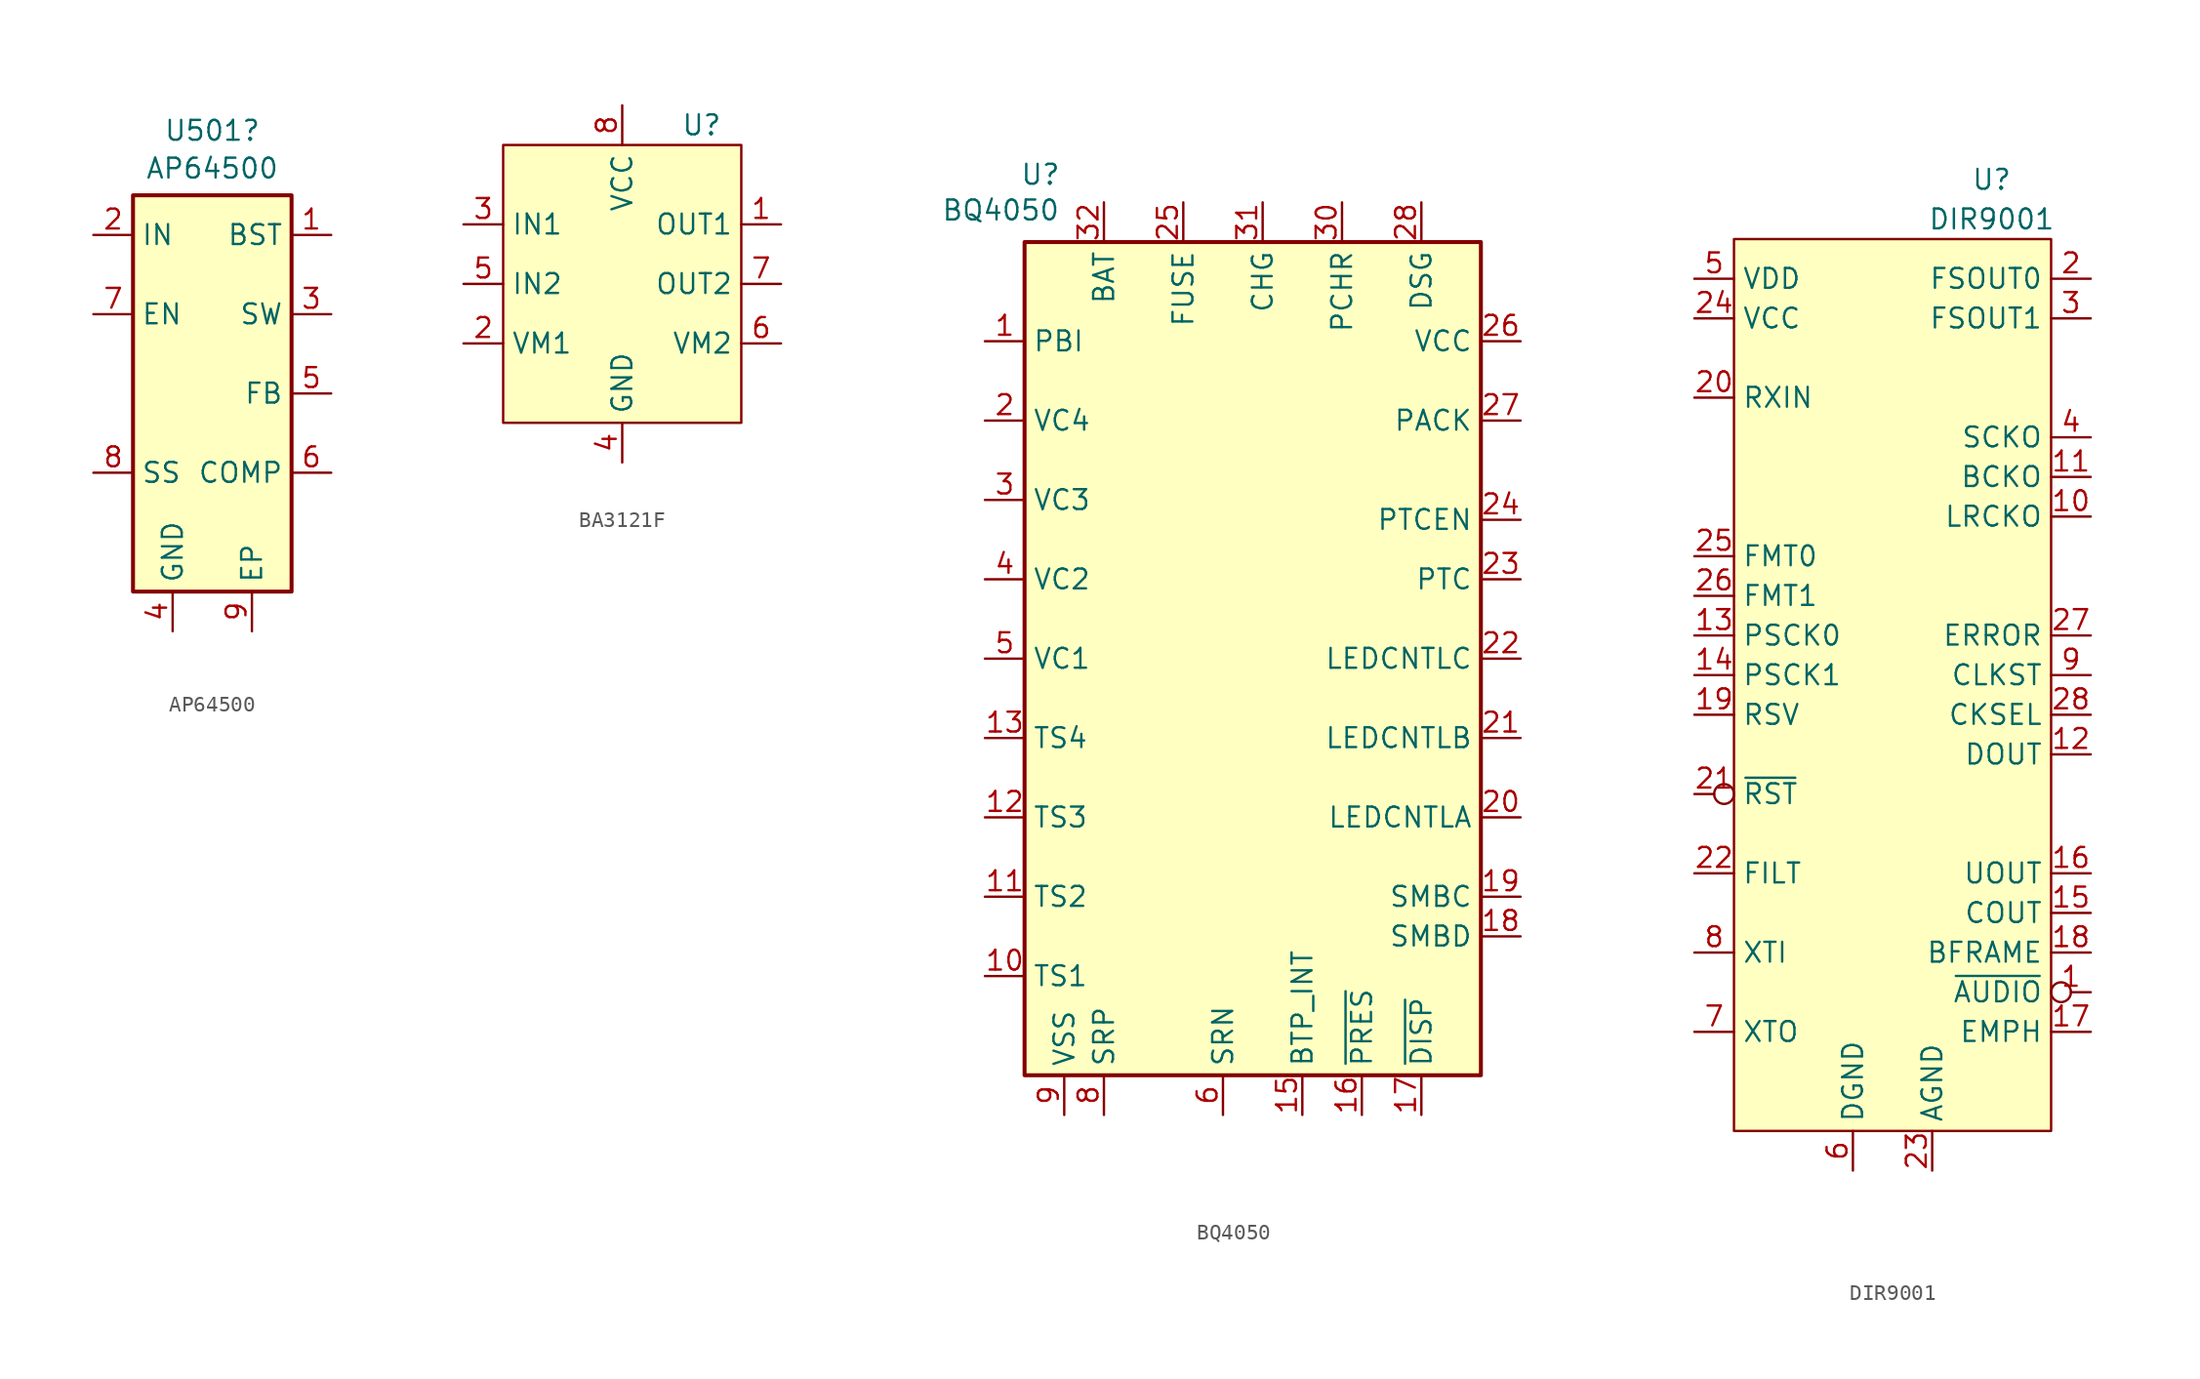
<source format=kicad_sym>
(kicad_symbol_lib
  (version 20231120)
  (generator "kicad_symbol_editor")
  (generator_version "8.0")
  (symbol "AP64500"
    (property "Reference" "U501"
      (at 0 16.844 0)
      (effects (font (size 1.27 1.27))))
    (property "Value" "AP64500"
      (at 0 14.42 0)
      (effects (font (size 1.27 1.27))))
    (symbol "AP64500_0_1"
      (rectangle (start -5.08 12.7) (end 5.08 -12.7) (stroke (width 0.254) (type default)) (fill (type background))))
    (symbol "AP64500_1_1"
      (pin output line (at 7.62 10.16 180) (length 2.54) (name "BST" (effects (font (size 1.27 1.27)))) (number "1" (effects (font (size 1.27 1.27)))))
      (pin power_in line (at -7.62 10.16 0) (length 2.54) (name "IN" (effects (font (size 1.27 1.27)))) (number "2" (effects (font (size 1.27 1.27)))))
      (pin power_out line (at 7.62 5.08 180) (length 2.54) (name "SW" (effects (font (size 1.27 1.27)))) (number "3" (effects (font (size 1.27 1.27)))))
      (pin power_in line (at -2.54 -15.24 90) (length 2.54) (name "GND" (effects (font (size 1.27 1.27)))) (number "4" (effects (font (size 1.27 1.27)))))
      (pin input line (at 7.62 0 180) (length 2.54) (name "FB" (effects (font (size 1.27 1.27)))) (number "5" (effects (font (size 1.27 1.27)))))
      (pin output line (at 7.62 -5.08 180) (length 2.54) (name "COMP" (effects (font (size 1.27 1.27)))) (number "6" (effects (font (size 1.27 1.27)))))
      (pin input line (at -7.62 5.08 0) (length 2.54) (name "EN" (effects (font (size 1.27 1.27)))) (number "7" (effects (font (size 1.27 1.27)))))
      (pin tri_state line (at -7.62 -5.08 0) (length 2.54) (name "SS" (effects (font (size 1.27 1.27)))) (number "8" (effects (font (size 1.27 1.27)))))
      (pin power_in line (at 2.54 -15.24 90) (length 2.54) (name "EP" (effects (font (size 1.27 1.27)))) (number "9" (effects (font (size 1.27 1.27)))))))
  (symbol "BA3121F"
    (property "Reference" "U"
      (at 12.7 1.27 0)
      (effects (font (size 1.27 1.27))))
    (property "Value" ""
      (at 6.35 2.54 0)
      (effects (font (size 1.27 1.27))))
    (symbol "BA3121F_1_1"
      (rectangle (start 0 0) (end 15.24 -17.78) (stroke (width 0) (type default)) (fill (type background)))
      (pin output line (at 17.78 -5.08 180) (length 2.54) (name "OUT1" (effects (font (size 1.27 1.27)))) (number "1" (effects (font (size 1.27 1.27)))))
      (pin input line (at -2.54 -12.7 0) (length 2.54) (name "VM1" (effects (font (size 1.27 1.27)))) (number "2" (effects (font (size 1.27 1.27)))))
      (pin input line (at -2.54 -5.08 0) (length 2.54) (name "IN1" (effects (font (size 1.27 1.27)))) (number "3" (effects (font (size 1.27 1.27)))))
      (pin power_in line (at 7.62 -20.32 90) (length 2.54) (name "GND" (effects (font (size 1.27 1.27)))) (number "4" (effects (font (size 1.27 1.27)))))
      (pin input line (at -2.54 -8.89 0) (length 2.54) (name "IN2" (effects (font (size 1.27 1.27)))) (number "5" (effects (font (size 1.27 1.27)))))
      (pin output line (at 17.78 -12.7 180) (length 2.54) (name "VM2" (effects (font (size 1.27 1.27)))) (number "6" (effects (font (size 1.27 1.27)))))
      (pin output line (at 17.78 -8.89 180) (length 2.54) (name "OUT2" (effects (font (size 1.27 1.27)))) (number "7" (effects (font (size 1.27 1.27)))))
      (pin power_in line (at 7.62 2.54 270) (length 2.54) (name "VCC" (effects (font (size 1.27 1.27)))) (number "8" (effects (font (size 1.27 1.27)))))))
  (symbol "BQ4050"
    (property "Reference" "U"
      (at -19.304 19.558 0)
      (effects (font (size 1.27 1.27))))
    (property "Value" "BQ4050"
      (at -21.844 17.272 0)
      (effects (font (size 1.27 1.27))))
    (symbol "BQ4050_0_1"
      (rectangle (start -20.32 15.24) (end 8.89 -38.1) (stroke (width 0.254) (type default)) (fill (type background))))
    (symbol "BQ4050_1_0"
      (pin unspecified line (at 11.43 -11.43 180) (length 2.54) (name "LEDCNTLC" (effects (font (size 1.27 1.27)))) (number "22" (effects (font (size 1.27 1.27)))))
      (pin input line (at 11.43 -6.35 180) (length 2.54) (name "PTC" (effects (font (size 1.27 1.27)))) (number "23" (effects (font (size 1.27 1.27)))))
      (pin input line (at 11.43 -2.54 180) (length 2.54) (name "PTCEN" (effects (font (size 1.27 1.27)))) (number "24" (effects (font (size 1.27 1.27)))))
      (pin output line (at -10.16 17.78 270) (length 2.54) (name "FUSE" (effects (font (size 1.27 1.27)))) (number "25" (effects (font (size 1.27 1.27)))))
      (pin power_in line (at 11.43 8.89 180) (length 2.54) (name "VCC" (effects (font (size 1.27 1.27)))) (number "26" (effects (font (size 1.27 1.27)))))
      (pin input line (at 11.43 3.81 180) (length 2.54) (name "PACK" (effects (font (size 1.27 1.27)))) (number "27" (effects (font (size 1.27 1.27)))))
      (pin bidirectional line (at 5.08 17.78 270) (length 2.54) (name "DSG" (effects (font (size 1.27 1.27)))) (number "28" (effects (font (size 1.27 1.27)))))
      (pin no_connect line (at -17.78 -40.64 90) (length 2.54) hide (name "NC" (effects (font (size 1.27 1.27)))) (number "29" (effects (font (size 1.27 1.27)))))
      (pin input line (at 0 17.78 270) (length 2.54) (name "PCHR" (effects (font (size 1.27 1.27)))) (number "30" (effects (font (size 1.27 1.27)))))
      (pin output line (at -5.08 17.78 270) (length 2.54) (name "CHG" (effects (font (size 1.27 1.27)))) (number "31" (effects (font (size 1.27 1.27)))))
      (pin power_in line (at -15.24 17.78 270) (length 2.54) (name "BAT" (effects (font (size 1.27 1.27)))) (number "32" (effects (font (size 1.27 1.27)))))
      (pin power_in line (at -17.78 -40.64 90) (length 2.54) hide (name "PWPD" (effects (font (size 1.27 1.27)))) (number "33" (effects (font (size 1.27 1.27))))))
    (symbol "BQ4050_1_1"
      (pin unspecified line (at -22.86 8.89 0) (length 2.54) (name "PBI" (effects (font (size 1.27 1.27)))) (number "1" (effects (font (size 1.27 1.27)))))
      (pin input line (at -22.86 -31.75 0) (length 2.54) (name "TS1" (effects (font (size 1.27 1.27)))) (number "10" (effects (font (size 1.27 1.27)))))
      (pin input line (at -22.86 -26.67 0) (length 2.54) (name "TS2" (effects (font (size 1.27 1.27)))) (number "11" (effects (font (size 1.27 1.27)))))
      (pin input line (at -22.86 -21.59 0) (length 2.54) (name "TS3" (effects (font (size 1.27 1.27)))) (number "12" (effects (font (size 1.27 1.27)))))
      (pin input line (at -22.86 -16.51 0) (length 2.54) (name "TS4" (effects (font (size 1.27 1.27)))) (number "13" (effects (font (size 1.27 1.27)))))
      (pin no_connect line (at -17.78 -40.64 90) (length 2.54) hide (name "NC" (effects (font (size 1.27 1.27)))) (number "14" (effects (font (size 1.27 1.27)))))
      (pin output line (at -2.54 -40.64 90) (length 2.54) (name "BTP_INT" (effects (font (size 1.27 1.27)))) (number "15" (effects (font (size 1.27 1.27)))))
      (pin input line (at 1.27 -40.64 90) (length 2.54) (name "~{PRES}" (effects (font (size 1.27 1.27)))) (number "16" (effects (font (size 1.27 1.27)))))
      (pin unspecified line (at 5.08 -40.64 90) (length 2.54) (name "~{DISP}" (effects (font (size 1.27 1.27)))) (number "17" (effects (font (size 1.27 1.27)))))
      (pin bidirectional line (at 11.43 -29.21 180) (length 2.54) (name "SMBD" (effects (font (size 1.27 1.27)))) (number "18" (effects (font (size 1.27 1.27)))))
      (pin bidirectional line (at 11.43 -26.67 180) (length 2.54) (name "SMBC" (effects (font (size 1.27 1.27)))) (number "19" (effects (font (size 1.27 1.27)))))
      (pin input line (at -22.86 3.81 0) (length 2.54) (name "VC4" (effects (font (size 1.27 1.27)))) (number "2" (effects (font (size 1.27 1.27)))))
      (pin unspecified line (at 11.43 -21.59 180) (length 2.54) (name "LEDCNTLA" (effects (font (size 1.27 1.27)))) (number "20" (effects (font (size 1.27 1.27)))))
      (pin unspecified line (at 11.43 -16.51 180) (length 2.54) (name "LEDCNTLB" (effects (font (size 1.27 1.27)))) (number "21" (effects (font (size 1.27 1.27)))))
      (pin input line (at -22.86 -1.27 0) (length 2.54) (name "VC3" (effects (font (size 1.27 1.27)))) (number "3" (effects (font (size 1.27 1.27)))))
      (pin input line (at -22.86 -6.35 0) (length 2.54) (name "VC2" (effects (font (size 1.27 1.27)))) (number "4" (effects (font (size 1.27 1.27)))))
      (pin input line (at -22.86 -11.43 0) (length 2.54) (name "VC1" (effects (font (size 1.27 1.27)))) (number "5" (effects (font (size 1.27 1.27)))))
      (pin input line (at -7.62 -40.64 90) (length 2.54) (name "SRN" (effects (font (size 1.27 1.27)))) (number "6" (effects (font (size 1.27 1.27)))))
      (pin no_connect line (at -17.78 -40.64 90) (length 2.54) hide (name "NC" (effects (font (size 1.27 1.27)))) (number "7" (effects (font (size 1.27 1.27)))))
      (pin input line (at -15.24 -40.64 90) (length 2.54) (name "SRP" (effects (font (size 1.27 1.27)))) (number "8" (effects (font (size 1.27 1.27)))))
      (pin power_in line (at -17.78 -40.64 90) (length 2.54) (name "VSS" (effects (font (size 1.27 1.27)))) (number "9" (effects (font (size 1.27 1.27)))))))
  (symbol "DIR9001"
    (property "Reference" "U"
      (at 6.35 3.81 0)
      (effects (font (size 1.27 1.27))))
    (property "Value" "DIR9001"
      (at 6.35 1.27 0)
      (effects (font (size 1.27 1.27))))
    (symbol "DIR9001_1_1"
      (rectangle (start -10.16 0) (end 10.16 -57.15) (stroke (width 0) (type default)) (fill (type background)))
      (pin output inverted (at 12.7 -48.26 180) (length 2.54) (name "~{AUDIO}" (effects (font (size 1.27 1.27)))) (number "1" (effects (font (size 1.27 1.27)))))
      (pin output line (at 12.7 -17.78 180) (length 2.54) (name "LRCKO" (effects (font (size 1.27 1.27)))) (number "10" (effects (font (size 1.27 1.27)))))
      (pin output line (at 12.7 -15.24 180) (length 2.54) (name "BCKO" (effects (font (size 1.27 1.27)))) (number "11" (effects (font (size 1.27 1.27)))))
      (pin output line (at 12.7 -33.02 180) (length 2.54) (name "DOUT" (effects (font (size 1.27 1.27)))) (number "12" (effects (font (size 1.27 1.27)))))
      (pin input line (at -12.7 -25.4 0) (length 2.54) (name "PSCK0" (effects (font (size 1.27 1.27)))) (number "13" (effects (font (size 1.27 1.27)))))
      (pin input line (at -12.7 -27.94 0) (length 2.54) (name "PSCK1" (effects (font (size 1.27 1.27)))) (number "14" (effects (font (size 1.27 1.27)))))
      (pin output line (at 12.7 -43.18 180) (length 2.54) (name "COUT" (effects (font (size 1.27 1.27)))) (number "15" (effects (font (size 1.27 1.27)))))
      (pin output line (at 12.7 -40.64 180) (length 2.54) (name "UOUT" (effects (font (size 1.27 1.27)))) (number "16" (effects (font (size 1.27 1.27)))))
      (pin output line (at 12.7 -50.8 180) (length 2.54) (name "EMPH" (effects (font (size 1.27 1.27)))) (number "17" (effects (font (size 1.27 1.27)))))
      (pin output line (at 12.7 -45.72 180) (length 2.54) (name "BFRAME" (effects (font (size 1.27 1.27)))) (number "18" (effects (font (size 1.27 1.27)))))
      (pin input line (at -12.7 -30.48 0) (length 2.54) (name "RSV" (effects (font (size 1.27 1.27)))) (number "19" (effects (font (size 1.27 1.27)))))
      (pin output line (at 12.7 -2.54 180) (length 2.54) (name "FSOUT0" (effects (font (size 1.27 1.27)))) (number "2" (effects (font (size 1.27 1.27)))))
      (pin input line (at -12.7 -10.16 0) (length 2.54) (name "RXIN" (effects (font (size 1.27 1.27)))) (number "20" (effects (font (size 1.27 1.27)))))
      (pin input inverted (at -12.7 -35.56 0) (length 2.54) (name "~{RST}" (effects (font (size 1.27 1.27)))) (number "21" (effects (font (size 1.27 1.27)))))
      (pin unspecified line (at -12.7 -40.64 0) (length 2.54) (name "FILT" (effects (font (size 1.27 1.27)))) (number "22" (effects (font (size 1.27 1.27)))))
      (pin power_in line (at 2.54 -59.69 90) (length 2.54) (name "AGND" (effects (font (size 1.27 1.27)))) (number "23" (effects (font (size 1.27 1.27)))))
      (pin power_in line (at -12.7 -5.08 0) (length 2.54) (name "VCC" (effects (font (size 1.27 1.27)))) (number "24" (effects (font (size 1.27 1.27)))))
      (pin input line (at -12.7 -20.32 0) (length 2.54) (name "FMT0" (effects (font (size 1.27 1.27)))) (number "25" (effects (font (size 1.27 1.27)))))
      (pin input line (at -12.7 -22.86 0) (length 2.54) (name "FMT1" (effects (font (size 1.27 1.27)))) (number "26" (effects (font (size 1.27 1.27)))))
      (pin output line (at 12.7 -25.4 180) (length 2.54) (name "ERROR" (effects (font (size 1.27 1.27)))) (number "27" (effects (font (size 1.27 1.27)))))
      (pin input line (at 12.7 -30.48 180) (length 2.54) (name "CKSEL" (effects (font (size 1.27 1.27)))) (number "28" (effects (font (size 1.27 1.27)))))
      (pin output line (at 12.7 -5.08 180) (length 2.54) (name "FSOUT1" (effects (font (size 1.27 1.27)))) (number "3" (effects (font (size 1.27 1.27)))))
      (pin output line (at 12.7 -12.7 180) (length 2.54) (name "SCKO" (effects (font (size 1.27 1.27)))) (number "4" (effects (font (size 1.27 1.27)))))
      (pin power_in line (at -12.7 -2.54 0) (length 2.54) (name "VDD" (effects (font (size 1.27 1.27)))) (number "5" (effects (font (size 1.27 1.27)))))
      (pin power_in line (at -2.54 -59.69 90) (length 2.54) (name "DGND" (effects (font (size 1.27 1.27)))) (number "6" (effects (font (size 1.27 1.27)))))
      (pin output line (at -12.7 -50.8 0) (length 2.54) (name "XTO" (effects (font (size 1.27 1.27)))) (number "7" (effects (font (size 1.27 1.27)))))
      (pin input line (at -12.7 -45.72 0) (length 2.54) (name "XTI" (effects (font (size 1.27 1.27)))) (number "8" (effects (font (size 1.27 1.27)))))
      (pin output line (at 12.7 -27.94 180) (length 2.54) (name "CLKST" (effects (font (size 1.27 1.27)))) (number "9" (effects (font (size 1.27 1.27))))))))
</source>
